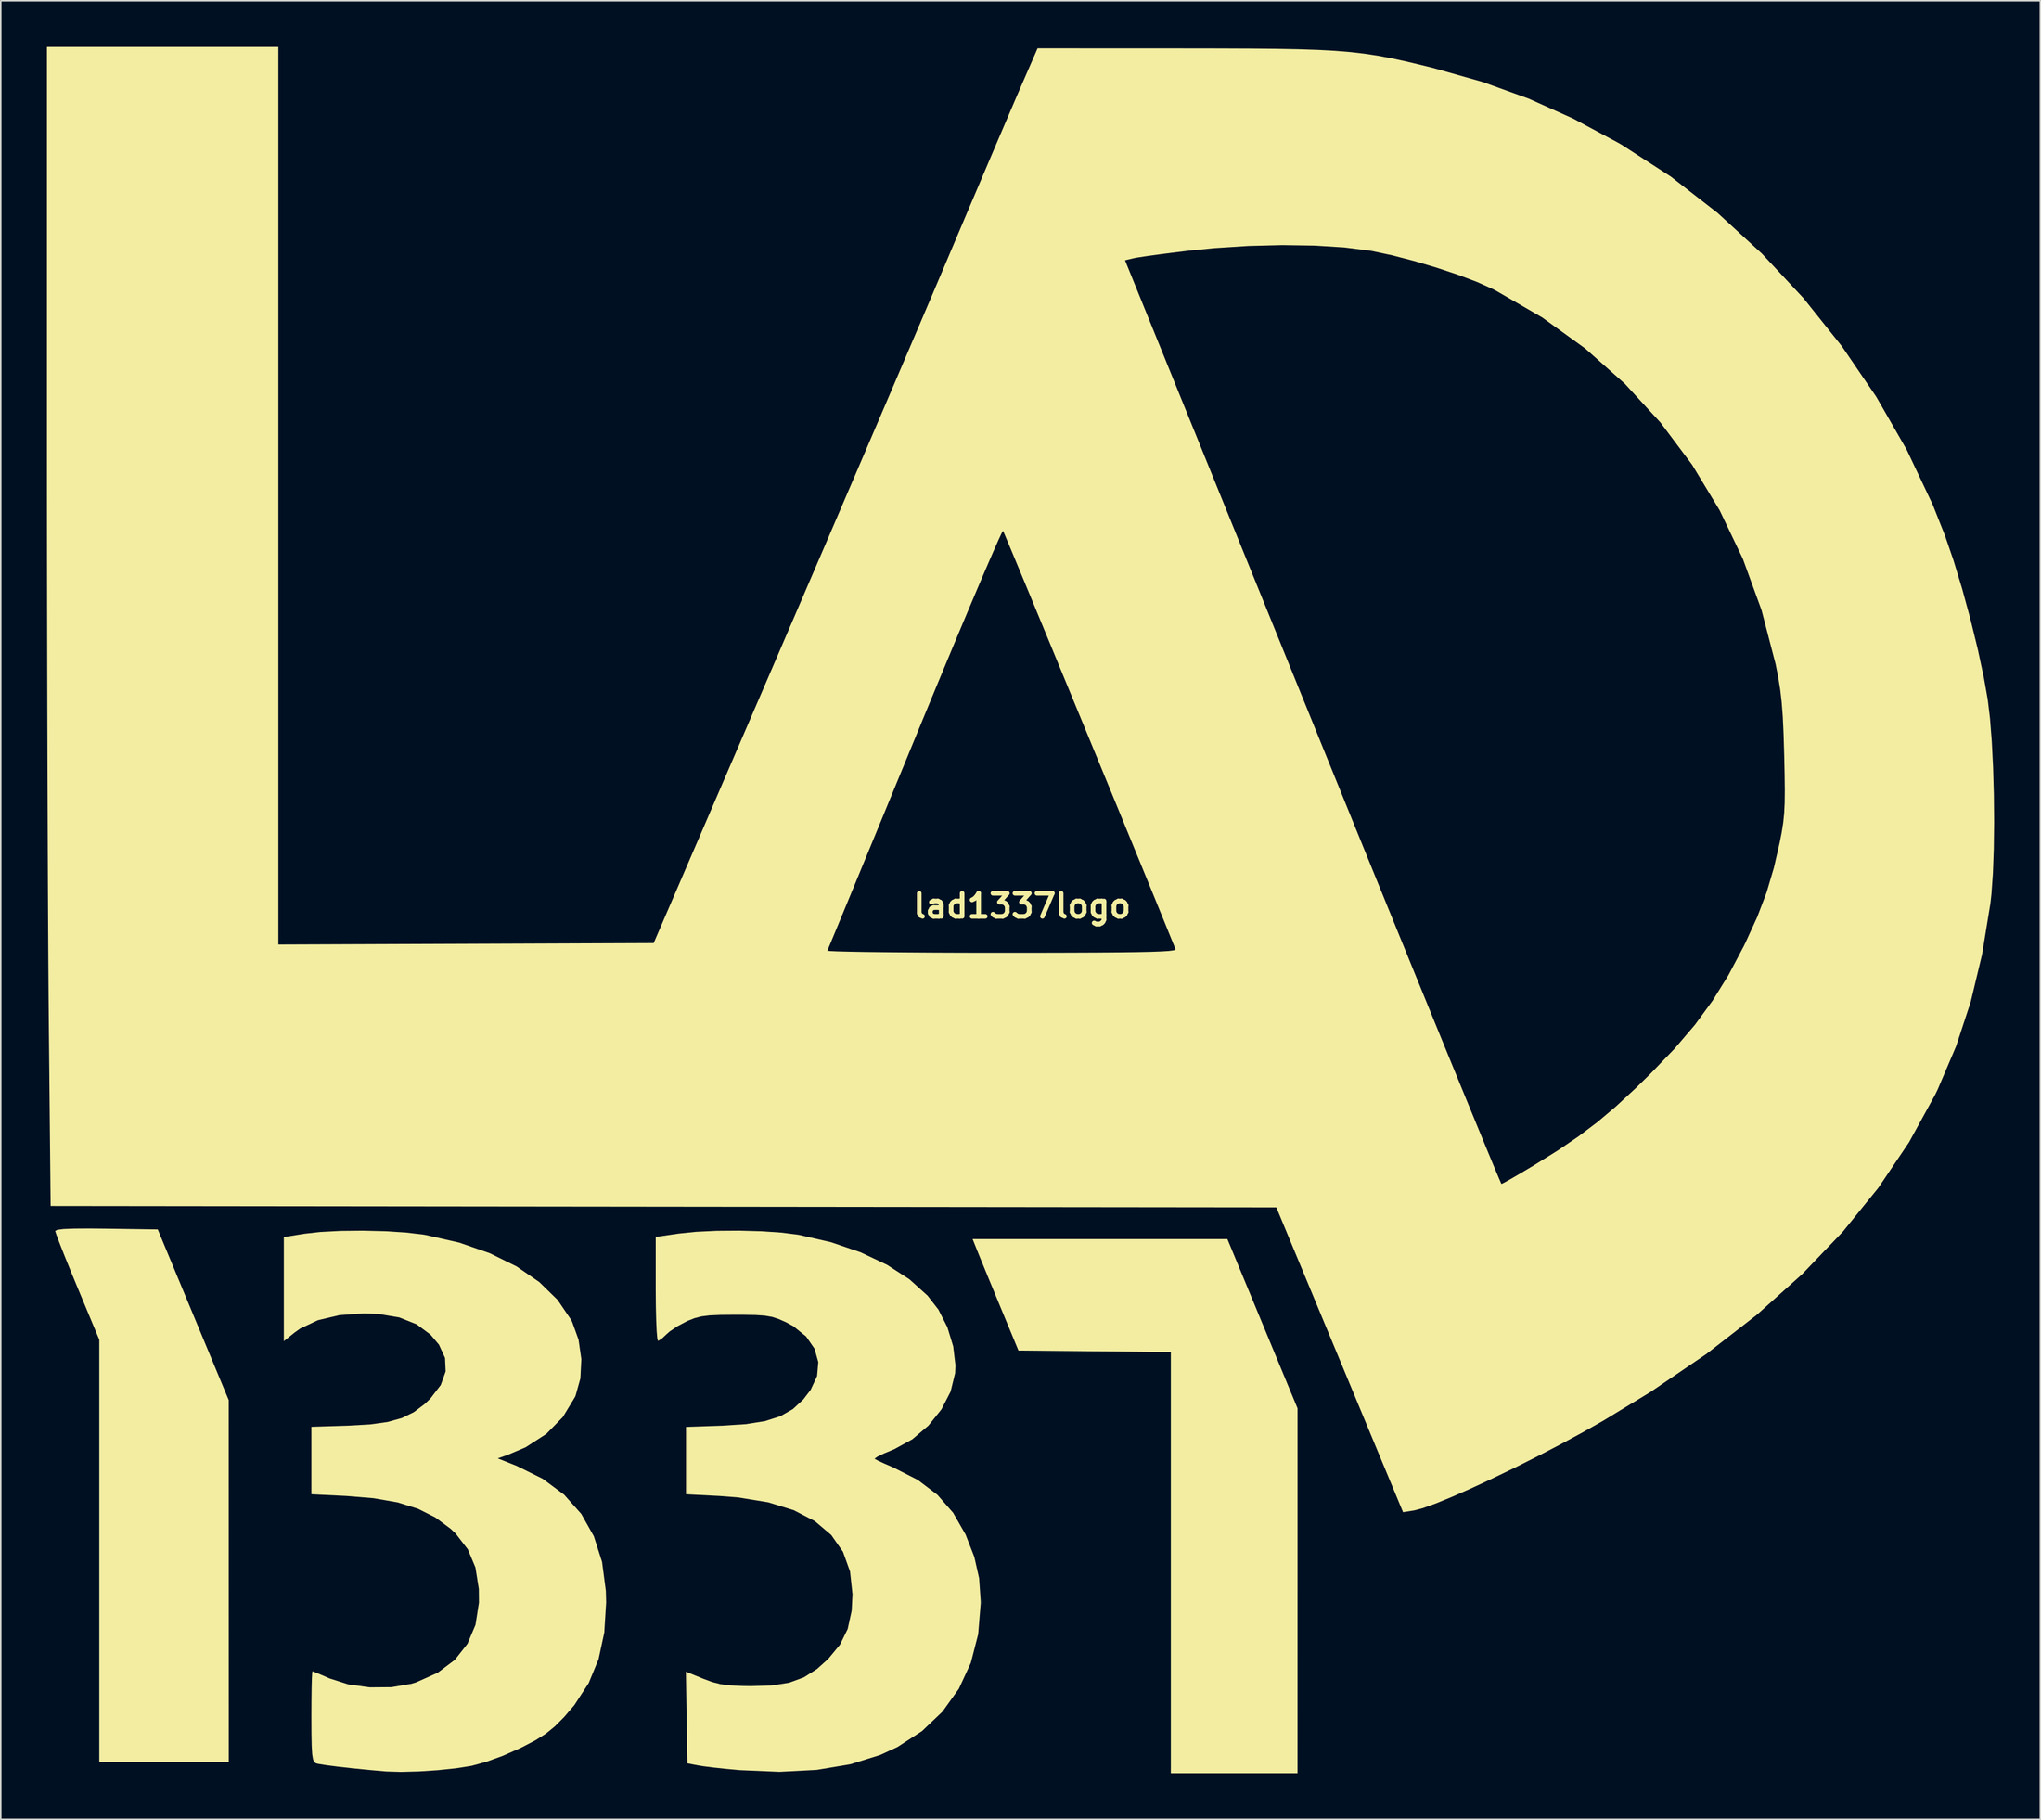
<source format=kicad_pcb>
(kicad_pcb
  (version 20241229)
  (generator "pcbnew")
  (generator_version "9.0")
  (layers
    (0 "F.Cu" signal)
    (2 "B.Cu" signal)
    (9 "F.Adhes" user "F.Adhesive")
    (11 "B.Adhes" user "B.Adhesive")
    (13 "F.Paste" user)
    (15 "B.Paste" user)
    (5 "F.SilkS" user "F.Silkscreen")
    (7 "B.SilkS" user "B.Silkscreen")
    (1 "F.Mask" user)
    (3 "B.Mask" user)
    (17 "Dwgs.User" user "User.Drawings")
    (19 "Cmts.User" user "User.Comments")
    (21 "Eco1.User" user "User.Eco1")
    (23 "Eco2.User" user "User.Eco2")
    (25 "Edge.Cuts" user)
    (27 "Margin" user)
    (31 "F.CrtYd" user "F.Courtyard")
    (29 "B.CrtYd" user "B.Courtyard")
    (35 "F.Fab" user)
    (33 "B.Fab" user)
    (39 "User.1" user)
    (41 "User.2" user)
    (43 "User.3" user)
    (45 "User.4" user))
  (footprint "lad1337logo"
    (layer "F.Cu")
    (at 63.321 55.808)
    (property "Reference" "lad1337logo" (at 0 0 0) (layer "F.SilkS") (effects (font (size 1.5 1.5) (thickness 0.3))))
    (attr board_only exclude_from_pos_files exclude_from_bom)
    (fp_poly (pts (xy 15.61 27.144) (xy 17.888 32.644) (xy 17.888 44.495) (xy 17.887 56.345) (xy 13.773 56.345) (xy 9.659 56.345) (xy 9.659 42.664) (xy 9.659 28.983) (xy 4.712 28.936) (xy -0.235 28.888) (xy -1.383 26.115) (xy -1.795 25.118) (xy -2.187 24.169) (xy -2.524 23.347) (xy -2.777 22.73) (xy -2.873 22.493) (xy -3.214 21.644) (xy 5.059 21.644) (xy 13.332 21.644)) (stroke (width 0) (type solid)) (fill yes) (layer "F.SilkS"))
    (fp_poly (pts (xy -59.455 20.969) (xy -56.126 21.018) (xy -53.822 26.563) (xy -51.518 32.108) (xy -51.517 43.869) (xy -51.515 55.63) (xy -55.719 55.63) (xy -59.923 55.63) (xy -59.923 41.908) (xy -59.923 28.187) (xy -61.354 24.752) (xy -61.783 23.713) (xy -62.16 22.781) (xy -62.466 22.008) (xy -62.679 21.446) (xy -62.779 21.148) (xy -62.785 21.119) (xy -62.654 21.044) (xy -62.247 20.992) (xy -61.543 20.964) (xy -60.52 20.958)) (stroke (width 0) (type solid)) (fill yes) (layer "F.SilkS"))
    (fp_poly (pts (xy -41.366 21.134) (xy -40.02 21.219) (xy -38.888 21.352) (xy -38.738 21.377) (xy -36.544 21.877) (xy -34.565 22.564) (xy -32.825 23.423) (xy -31.349 24.44) (xy -30.162 25.599) (xy -29.287 26.887) (xy -29.224 27.01) (xy -28.802 28.178) (xy -28.62 29.444) (xy -28.682 30.695) (xy -28.994 31.817) (xy -29.029 31.897) (xy -29.822 33.208) (xy -30.896 34.303) (xy -32.243 35.174) (xy -33.43 35.677) (xy -34.048 35.891) (xy -32.827 36.379) (xy -31.133 37.217) (xy -29.734 38.256) (xy -28.625 39.501) (xy -27.807 40.955) (xy -27.275 42.62) (xy -27.029 44.501) (xy -27.01 45.25) (xy -27.13 47.204) (xy -27.502 48.935) (xy -28.143 50.491) (xy -29.071 51.919) (xy -29.742 52.702) (xy -30.342 53.304) (xy -30.923 53.778) (xy -31.598 54.205) (xy -32.479 54.664) (xy -32.632 54.738) (xy -33.733 55.224) (xy -34.818 55.617) (xy -35.745 55.868) (xy -35.775 55.874) (xy -36.768 56.029) (xy -37.945 56.152) (xy -39.173 56.233) (xy -40.322 56.264) (xy -41.261 56.237) (xy -41.32 56.233) (xy -42.449 56.132) (xy -43.516 56.025) (xy -44.457 55.919) (xy -45.208 55.822) (xy -45.705 55.742) (xy -45.858 55.703) (xy -45.967 55.621) (xy -46.046 55.436) (xy -46.099 55.098) (xy -46.13 54.556) (xy -46.145 53.758) (xy -46.149 52.659) (xy -46.145 51.68) (xy -46.135 50.84) (xy -46.119 50.198) (xy -46.098 49.812) (xy -46.082 49.727) (xy -45.897 49.794) (xy -45.479 49.968) (xy -44.964 50.192) (xy -43.746 50.579) (xy -42.363 50.77) (xy -40.952 50.759) (xy -39.653 50.539) (xy -39.352 50.448) (xy -37.948 49.82) (xy -36.835 48.983) (xy -36.016 47.943) (xy -35.493 46.703) (xy -35.27 45.268) (xy -35.277 44.376) (xy -35.497 42.986) (xy -35.992 41.802) (xy -36.782 40.777) (xy -37.112 40.466) (xy -38.104 39.73) (xy -39.232 39.165) (xy -40.55 38.754) (xy -42.108 38.482) (xy -43.869 38.336) (xy -46.149 38.224) (xy -46.149 36.033) (xy -46.149 33.842) (xy -43.779 33.768) (xy -42.349 33.688) (xy -41.204 33.529) (xy -40.277 33.272) (xy -39.498 32.892) (xy -38.8 32.367) (xy -38.423 32.006) (xy -37.75 31.128) (xy -37.433 30.245) (xy -37.472 29.367) (xy -37.867 28.505) (xy -38.416 27.855) (xy -39.32 27.182) (xy -40.434 26.737) (xy -41.791 26.509) (xy -42.73 26.473) (xy -44.332 26.586) (xy -45.724 26.916) (xy -46.867 27.453) (xy -47.245 27.722) (xy -47.938 28.279) (xy -47.938 24.896) (xy -47.938 21.514) (xy -46.613 21.3) (xy -45.548 21.181) (xy -44.243 21.114) (xy -42.811 21.099)) (stroke (width 0) (type solid)) (fill yes) (layer "F.SilkS"))
    (fp_poly (pts (xy -16.926 21.137) (xy -15.603 21.227) (xy -14.518 21.366) (xy -14.493 21.37) (xy -12.398 21.852) (xy -10.479 22.506) (xy -8.772 23.316) (xy -7.313 24.26) (xy -6.138 25.32) (xy -5.432 26.229) (xy -4.852 27.37) (xy -4.472 28.616) (xy -4.327 29.836) (xy -4.348 30.356) (xy -4.641 31.552) (xy -5.237 32.711) (xy -6.082 33.766) (xy -7.124 34.651) (xy -8.309 35.301) (xy -8.399 35.337) (xy -8.986 35.582) (xy -9.403 35.786) (xy -9.574 35.909) (xy -9.572 35.922) (xy -9.373 36.032) (xy -8.937 36.234) (xy -8.357 36.486) (xy -8.349 36.49) (xy -6.775 37.292) (xy -5.497 38.26) (xy -4.475 39.431) (xy -3.67 40.838) (xy -3.663 40.855) (xy -3.103 42.292) (xy -2.79 43.676) (xy -2.686 45.175) (xy -2.686 45.308) (xy -2.851 47.321) (xy -3.328 49.177) (xy -4.103 50.857) (xy -5.164 52.341) (xy -6.498 53.61) (xy -8.091 54.645) (xy -9.209 55.161) (xy -11.145 55.766) (xy -13.333 56.132) (xy -15.756 56.259) (xy -18.335 56.149) (xy -19.221 56.067) (xy -20.051 55.978) (xy -20.713 55.894) (xy -21.018 55.846) (xy -21.733 55.708) (xy -21.782 52.729) (xy -21.831 49.75) (xy -20.709 50.209) (xy -20.127 50.425) (xy -19.578 50.564) (xy -18.95 50.643) (xy -18.132 50.681) (xy -17.619 50.689) (xy -16.238 50.647) (xy -15.116 50.466) (xy -14.17 50.119) (xy -13.318 49.577) (xy -12.599 48.933) (xy -11.826 47.999) (xy -11.325 46.979) (xy -11.066 45.796) (xy -11.012 44.718) (xy -11.171 43.244) (xy -11.632 41.96) (xy -12.394 40.869) (xy -13.457 39.969) (xy -14.82 39.263) (xy -16.482 38.749) (xy -18.443 38.429) (xy -19.631 38.337) (xy -21.823 38.224) (xy -21.823 36.036) (xy -21.823 33.848) (xy -19.452 33.768) (xy -17.924 33.668) (xy -16.69 33.471) (xy -15.696 33.154) (xy -14.888 32.694) (xy -14.211 32.07) (xy -13.729 31.441) (xy -13.312 30.547) (xy -13.233 29.642) (xy -13.476 28.771) (xy -14.024 27.976) (xy -14.861 27.302) (xy -15.351 27.039) (xy -15.811 26.837) (xy -16.229 26.701) (xy -16.694 26.62) (xy -17.296 26.578) (xy -18.125 26.564) (xy -18.603 26.563) (xy -19.585 26.571) (xy -20.297 26.602) (xy -20.829 26.669) (xy -21.267 26.782) (xy -21.701 26.953) (xy -21.76 26.98) (xy -22.36 27.296) (xy -22.882 27.647) (xy -23.088 27.829) (xy -23.407 28.126) (xy -23.633 28.261) (xy -23.642 28.262) (xy -23.689 28.092) (xy -23.729 27.62) (xy -23.761 26.9) (xy -23.782 25.988) (xy -23.79 24.938) (xy -23.79 24.884) (xy -23.79 21.506) (xy -22.324 21.292) (xy -21.186 21.174) (xy -19.831 21.109) (xy -18.373 21.098)) (stroke (width 0) (type solid)) (fill yes) (layer "F.SilkS"))
    (fp_poly (pts (xy -48.296 -26.651) (xy -48.296 2.507) (xy -36.11 2.461) (xy -23.924 2.415) (xy -16.333 -15.204) (xy -15.208 -17.818) (xy -14.054 -20.501) (xy -12.888 -23.214) (xy -11.727 -25.92) (xy -10.587 -28.579) (xy -9.484 -31.153) (xy -8.435 -33.604) (xy -7.457 -35.894) (xy -6.566 -37.983) (xy -5.778 -39.833) (xy -5.11 -41.406) (xy -4.919 -41.856) (xy -4.881 -41.946) (xy 6.685 -41.946) (xy 18.86 -11.942) (xy 20.129 -8.815) (xy 21.363 -5.777) (xy 22.555 -2.846) (xy 23.698 -0.038) (xy 24.785 2.63) (xy 25.809 5.141) (xy 26.764 7.481) (xy 27.643 9.631) (xy 28.439 11.575) (xy 29.145 13.297) (xy 29.755 14.781) (xy 30.262 16.009) (xy 30.659 16.966) (xy 30.94 17.635) (xy 31.097 17.998) (xy 31.13 18.064) (xy 31.311 17.977) (xy 31.736 17.739) (xy 32.347 17.384) (xy 33.083 16.946) (xy 33.227 16.859) (xy 34.776 15.895) (xy 36.12 14.983) (xy 37.351 14.053) (xy 38.56 13.032) (xy 39.836 11.851) (xy 40.797 10.911) (xy 42.37 9.275) (xy 43.696 7.72) (xy 44.841 6.155) (xy 45.873 4.488) (xy 46.857 2.628) (xy 46.962 2.415) (xy 47.74 0.717) (xy 48.342 -0.864) (xy 48.823 -2.488) (xy 49.196 -4.114) (xy 49.329 -4.793) (xy 49.424 -5.402) (xy 49.487 -6.014) (xy 49.521 -6.702) (xy 49.529 -7.539) (xy 49.516 -8.598) (xy 49.491 -9.749) (xy 49.449 -11.157) (xy 49.397 -12.291) (xy 49.325 -13.235) (xy 49.228 -14.072) (xy 49.096 -14.886) (xy 48.931 -15.714) (xy 48.02 -19.215) (xy 46.804 -22.551) (xy 45.296 -25.705) (xy 43.508 -28.664) (xy 41.451 -31.411) (xy 39.136 -33.932) (xy 36.575 -36.21) (xy 33.78 -38.231) (xy 30.763 -39.978) (xy 30.537 -40.093) (xy 29.547 -40.536) (xy 28.302 -41.006) (xy 26.902 -41.473) (xy 25.447 -41.904) (xy 24.034 -42.271) (xy 22.763 -42.541) (xy 22.568 -42.575) (xy 20.915 -42.783) (xy 18.996 -42.903) (xy 16.892 -42.935) (xy 14.684 -42.879) (xy 12.455 -42.735) (xy 10.822 -42.57) (xy 9.776 -42.443) (xy 8.818 -42.319) (xy 8.02 -42.208) (xy 7.454 -42.121) (xy 7.233 -42.078) (xy 6.685 -41.946) (xy -4.881 -41.946) (xy -4.162 -43.644) (xy -3.415 -45.406) (xy -2.695 -47.1) (xy -2.021 -48.687) (xy -1.409 -50.124) (xy -0.877 -51.369) (xy -0.443 -52.382) (xy -0.125 -53.121) (xy -0.045 -53.304) (xy 1.006 -55.719) (xy 10.475 -55.715) (xy 12.785 -55.712) (xy 14.776 -55.704) (xy 16.489 -55.687) (xy 17.962 -55.659) (xy 19.237 -55.616) (xy 20.351 -55.555) (xy 21.345 -55.473) (xy 22.258 -55.367) (xy 23.129 -55.233) (xy 23.999 -55.069) (xy 24.907 -54.872) (xy 25.892 -54.638) (xy 26.716 -54.435) (xy 29.914 -53.529) (xy 32.903 -52.448) (xy 35.802 -51.145) (xy 38.729 -49.572) (xy 38.952 -49.442) (xy 42.128 -47.385) (xy 45.169 -45.019) (xy 48.049 -42.375) (xy 50.742 -39.484) (xy 53.223 -36.377) (xy 55.465 -33.086) (xy 57.443 -29.642) (xy 59.131 -26.077) (xy 59.925 -24.078) (xy 60.485 -22.449) (xy 61.048 -20.594) (xy 61.584 -18.627) (xy 62.065 -16.662) (xy 62.459 -14.814) (xy 62.706 -13.415) (xy 62.854 -12.188) (xy 62.971 -10.693) (xy 63.055 -9.015) (xy 63.106 -7.235) (xy 63.121 -5.437) (xy 63.101 -3.704) (xy 63.044 -2.118) (xy 62.948 -0.762) (xy 62.884 -0.179) (xy 62.341 3.148) (xy 61.603 6.228) (xy 60.65 9.126) (xy 59.465 11.908) (xy 59.289 12.271) (xy 57.597 15.355) (xy 55.601 18.319) (xy 53.294 21.17) (xy 50.669 23.914) (xy 47.72 26.558) (xy 44.44 29.107) (xy 40.821 31.57) (xy 37.742 33.445) (xy 36.398 34.205) (xy 34.958 34.984) (xy 33.468 35.759) (xy 31.973 36.51) (xy 30.518 37.213) (xy 29.15 37.849) (xy 27.913 38.394) (xy 26.854 38.828) (xy 26.017 39.129) (xy 25.466 39.273) (xy 24.74 39.389) (xy 20.626 29.488) (xy 16.511 19.587) (xy -23.286 19.542) (xy -63.084 19.496) (xy -63.202 7.557) (xy -63.217 5.891) (xy -63.231 3.901) (xy -63.237 2.907) (xy -12.646 2.907) (xy -12.485 2.93) (xy -11.997 2.952) (xy -11.21 2.972) (xy -10.155 2.991) (xy -8.861 3.007) (xy -7.358 3.02) (xy -5.675 3.031) (xy -3.844 3.038) (xy -1.892 3.041) (xy -1.333 3.041) (xy 1.048 3.04) (xy 3.093 3.035) (xy 4.824 3.028) (xy 6.262 3.017) (xy 7.429 3.001) (xy 8.346 2.981) (xy 9.035 2.956) (xy 9.518 2.926) (xy 9.817 2.889) (xy 9.953 2.846) (xy 9.965 2.817) (xy 9.627 1.982) (xy 9.193 0.915) (xy 8.675 -0.355) (xy 8.085 -1.798) (xy 7.434 -3.385) (xy 6.736 -5.086) (xy 6.003 -6.872) (xy 5.246 -8.713) (xy 4.478 -10.58) (xy 3.71 -12.443) (xy 2.956 -14.272) (xy 2.227 -16.039) (xy 1.536 -17.713) (xy 0.894 -19.266) (xy 0.314 -20.666) (xy -0.193 -21.886) (xy -0.613 -22.896) (xy -0.935 -23.666) (xy -1.147 -24.166) (xy -1.236 -24.367) (xy -1.237 -24.369) (xy -1.322 -24.228) (xy -1.531 -23.78) (xy -1.855 -23.049) (xy -2.284 -22.059) (xy -2.807 -20.835) (xy -3.414 -19.4) (xy -4.096 -17.778) (xy -4.841 -15.994) (xy -5.639 -14.072) (xy -6.481 -12.035) (xy -6.963 -10.864) (xy -7.825 -8.768) (xy -8.649 -6.767) (xy -9.423 -4.886) (xy -10.139 -3.15) (xy -10.785 -1.583) (xy -11.352 -0.209) (xy -11.829 0.945) (xy -12.206 1.856) (xy -12.474 2.499) (xy -12.62 2.848) (xy -12.646 2.907) (xy -63.237 2.907) (xy -63.244 1.622) (xy -63.257 -0.911) (xy -63.269 -3.664) (xy -63.28 -6.602) (xy -63.29 -9.692) (xy -63.299 -12.898) (xy -63.306 -16.187) (xy -63.312 -19.523) (xy -63.317 -22.873) (xy -63.32 -26.202) (xy -63.321 -29.475) (xy -63.321 -30.095) (xy -63.321 -55.808) (xy -55.808 -55.808) (xy -48.296 -55.808)) (stroke (width 0) (type solid)) (fill yes) (layer "F.SilkS")))
  (gr_rect
    (start -3 -3)
    (end 129.443 115.154)
    (stroke (width 0.1) (type default))
    (fill no)
    (layer "Edge.Cuts")))
</source>
